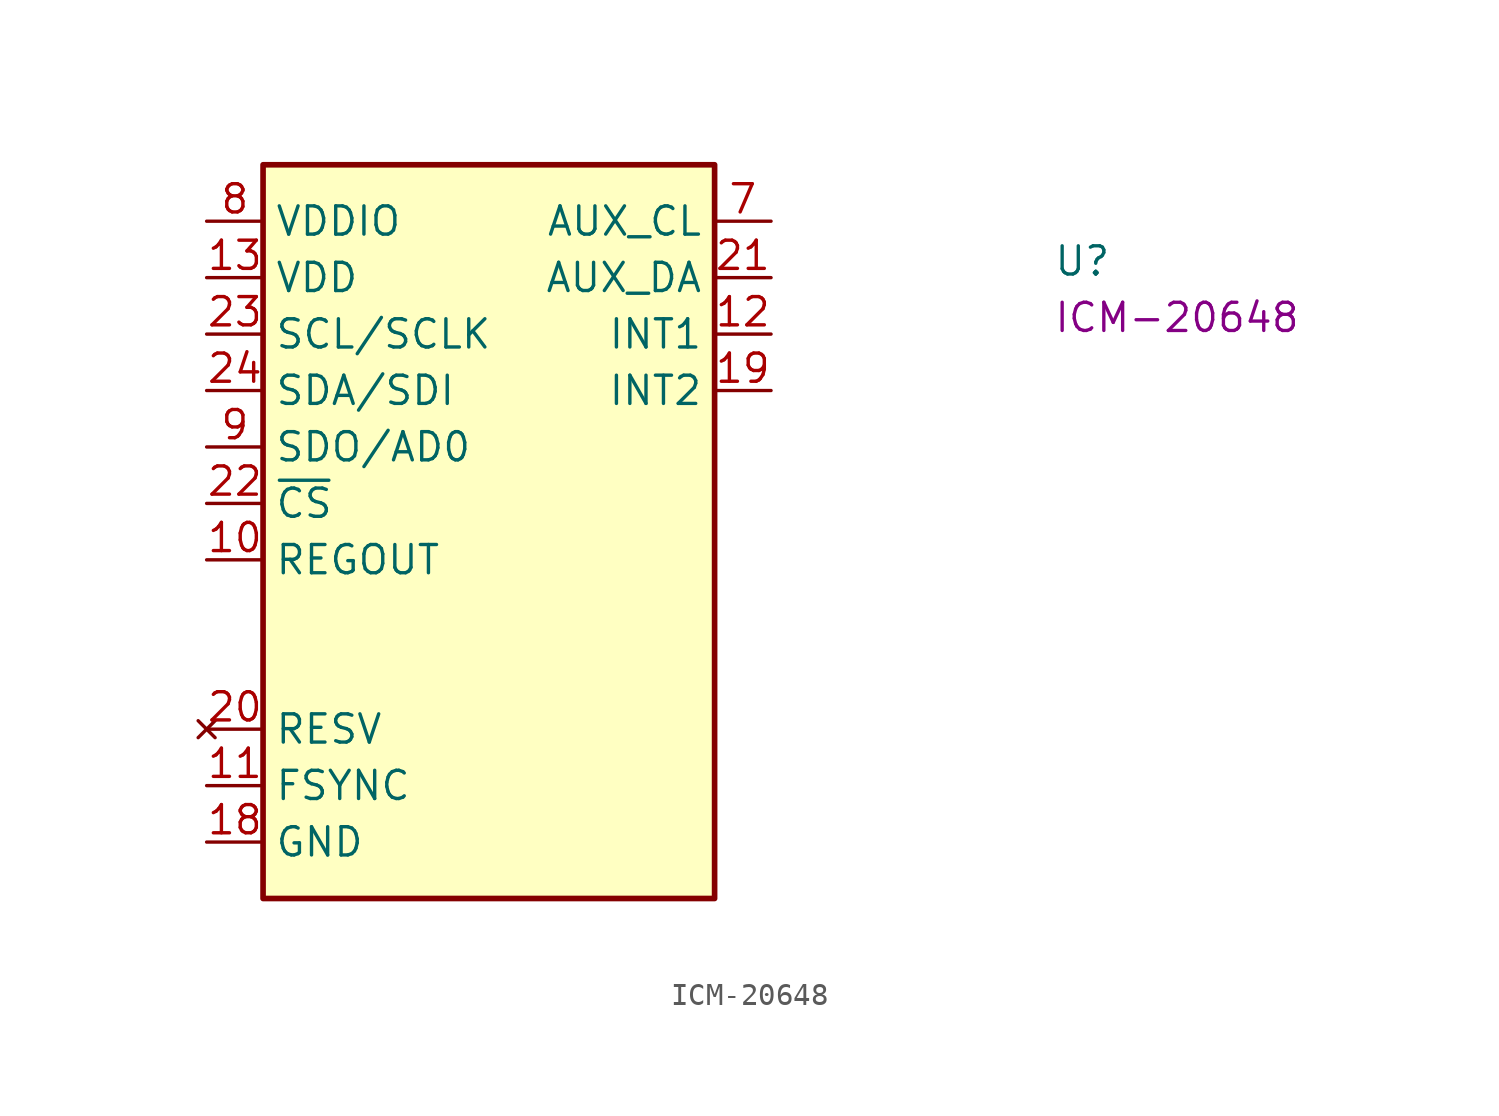
<source format=kicad_sym>
(kicad_symbol_lib
  (version 20220914)
  (generator kicad_symbol_editor)
  (symbol "ICM-20648"
    (property "Reference" "U"
      (at 38.1 -2.54 0)
      (effects (font (size 1.27 1.27) (thickness 0.15)) (justify left bottom)))
    (property "MPN" "ICM-20648"
      (at 38.1 -5.08 0)
      (effects (font (size 1.27 1.27) (thickness 0.15)) (justify left bottom)))
    (symbol "ICM-20648_1_1"
      (rectangle (start 2.54 2.54) (end 22.86 -30.48) (stroke (width 0.254) (type default)) (fill (type background)))
      (pin no_connect line (at 25.4 -10.16 180) (length 2.54) hide (name "NC" (effects (font (size 1.27 1.27)))) (number "1" (effects (font (size 1.27 1.27)))))
      (pin passive line (at 0 -15.24 0) (length 2.54) (name "REGOUT" (effects (font (size 1.27 1.27)))) (number "10" (effects (font (size 1.27 1.27)))))
      (pin input line (at 0 -25.4 0) (length 2.54) (name "FSYNC" (effects (font (size 1.27 1.27)))) (number "11" (effects (font (size 1.27 1.27)))))
      (pin output line (at 25.4 -5.08 180) (length 2.54) (name "INT1" (effects (font (size 1.27 1.27)))) (number "12" (effects (font (size 1.27 1.27)))))
      (pin power_in line (at 0 -2.54 0) (length 2.54) (name "VDD" (effects (font (size 1.27 1.27)))) (number "13" (effects (font (size 1.27 1.27)))))
      (pin no_connect line (at 25.4 -25.4 180) (length 2.54) hide (name "NC" (effects (font (size 1.27 1.27)))) (number "14" (effects (font (size 1.27 1.27)))))
      (pin no_connect line (at 25.4 -27.94 180) (length 2.54) hide (name "NC" (effects (font (size 1.27 1.27)))) (number "15" (effects (font (size 1.27 1.27)))))
      (pin no_connect line (at 0 -17.78 0) (length 2.54) hide (name "NC" (effects (font (size 1.27 1.27)))) (number "16" (effects (font (size 1.27 1.27)))))
      (pin no_connect line (at 0 -20.32 0) (length 2.54) hide (name "NC" (effects (font (size 1.27 1.27)))) (number "17" (effects (font (size 1.27 1.27)))))
      (pin power_in line (at 0 -27.94 0) (length 2.54) (name "GND" (effects (font (size 1.27 1.27)))) (number "18" (effects (font (size 1.27 1.27)))))
      (pin output line (at 25.4 -7.62 180) (length 2.54) (name "INT2" (effects (font (size 1.27 1.27)))) (number "19" (effects (font (size 1.27 1.27)))))
      (pin no_connect line (at 25.4 -12.7 180) (length 2.54) hide (name "NC" (effects (font (size 1.27 1.27)))) (number "2" (effects (font (size 1.27 1.27)))))
      (pin no_connect line (at 0 -22.86 0) (length 2.54) (name "RESV" (effects (font (size 1.27 1.27)))) (number "20" (effects (font (size 1.27 1.27)))))
      (pin bidirectional line (at 25.4 -2.54 180) (length 2.54) (name "AUX_DA" (effects (font (size 1.27 1.27)))) (number "21" (effects (font (size 1.27 1.27)))))
      (pin input line (at 0 -12.7 0) (length 2.54) (name "~{CS}" (effects (font (size 1.27 1.27)))) (number "22" (effects (font (size 1.27 1.27)))))
      (pin input line (at 0 -5.08 0) (length 2.54) (name "SCL/SCLK" (effects (font (size 1.27 1.27)))) (number "23" (effects (font (size 1.27 1.27)))))
      (pin bidirectional line (at 0 -7.62 0) (length 2.54) (name "SDA/SDI" (effects (font (size 1.27 1.27)))) (number "24" (effects (font (size 1.27 1.27)))))
      (pin no_connect line (at 25.4 -15.24 180) (length 2.54) hide (name "NC" (effects (font (size 1.27 1.27)))) (number "3" (effects (font (size 1.27 1.27)))))
      (pin no_connect line (at 25.4 -17.78 180) (length 2.54) hide (name "NC" (effects (font (size 1.27 1.27)))) (number "4" (effects (font (size 1.27 1.27)))))
      (pin no_connect line (at 25.4 -20.32 180) (length 2.54) hide (name "NC" (effects (font (size 1.27 1.27)))) (number "5" (effects (font (size 1.27 1.27)))))
      (pin no_connect line (at 25.4 -22.86 180) (length 2.54) hide (name "NC" (effects (font (size 1.27 1.27)))) (number "6" (effects (font (size 1.27 1.27)))))
      (pin output line (at 25.4 0 180) (length 2.54) (name "AUX_CL" (effects (font (size 1.27 1.27)))) (number "7" (effects (font (size 1.27 1.27)))))
      (pin power_in line (at 0 0 0) (length 2.54) (name "VDDIO" (effects (font (size 1.27 1.27)))) (number "8" (effects (font (size 1.27 1.27)))))
      (pin bidirectional line (at 0 -10.16 0) (length 2.54) (name "SDO/AD0" (effects (font (size 1.27 1.27)))) (number "9" (effects (font (size 1.27 1.27))))))))
</source>
